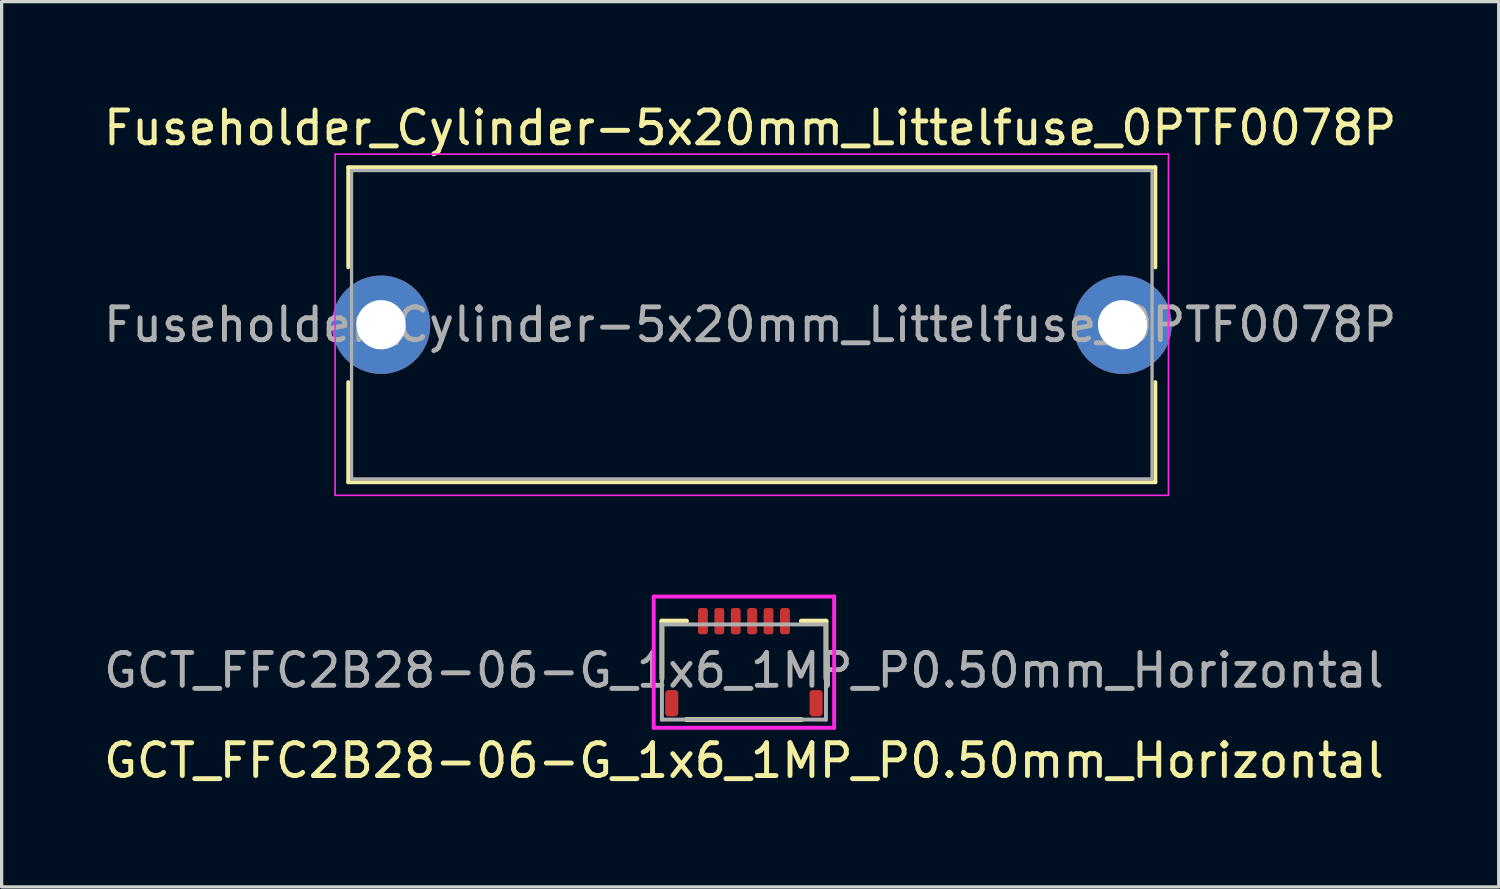
<source format=kicad_pcb>
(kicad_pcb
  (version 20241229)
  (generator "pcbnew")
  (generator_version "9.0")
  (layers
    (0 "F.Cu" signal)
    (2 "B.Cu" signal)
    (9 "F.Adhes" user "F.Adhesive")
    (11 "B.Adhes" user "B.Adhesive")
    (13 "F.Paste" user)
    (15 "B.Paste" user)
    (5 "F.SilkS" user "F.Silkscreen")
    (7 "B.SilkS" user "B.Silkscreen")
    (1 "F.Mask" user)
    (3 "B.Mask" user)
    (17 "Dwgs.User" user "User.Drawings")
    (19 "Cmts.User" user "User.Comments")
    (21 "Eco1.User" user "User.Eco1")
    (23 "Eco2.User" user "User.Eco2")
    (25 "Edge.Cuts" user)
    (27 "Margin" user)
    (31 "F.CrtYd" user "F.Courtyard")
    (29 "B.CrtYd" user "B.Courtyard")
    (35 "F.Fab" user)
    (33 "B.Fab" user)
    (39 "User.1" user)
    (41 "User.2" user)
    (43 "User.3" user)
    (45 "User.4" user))
  (footprint "GCT_FFC2B28-06-G_1x6_1MP_P0.50mm_Horizontal"
    (layer "F.Cu")
    (at 19.625 17.133)
    (property "Reference" "GCT_FFC2B28-06-G_1x6_1MP_P0.50mm_Horizontal" (at 0 3 0) (layer "F.SilkS") (effects (font (size 1 1) (thickness 0.15))))
    (attr through_hole)
    (fp_line (start -2.5 -1.25) (end -2.5 0.5) (stroke (width 0.15) (type solid)) (layer "F.SilkS"))
    (fp_line (start -1.75 -1.25) (end -2.5 -1.25) (stroke (width 0.15) (type solid)) (layer "F.SilkS"))
    (fp_line (start -1.75 1.75) (end 1.75 1.75) (stroke (width 0.15) (type solid)) (layer "F.SilkS"))
    (fp_line (start 1.75 -1.25) (end 2.5 -1.25) (stroke (width 0.15) (type solid)) (layer "F.SilkS"))
    (fp_line (start 2.5 -1.25) (end 2.5 0.5) (stroke (width 0.15) (type solid)) (layer "F.SilkS"))
    (fp_line (start -2.75 -2) (end 2.75 -2) (stroke (width 0.12) (type solid)) (layer "F.CrtYd"))
    (fp_line (start -2.75 2) (end -2.75 -2) (stroke (width 0.12) (type solid)) (layer "F.CrtYd"))
    (fp_line (start 2.75 2) (end -2.75 2) (stroke (width 0.12) (type solid)) (layer "F.CrtYd"))
    (fp_line (start 2.75 2) (end 2.75 -2) (stroke (width 0.12) (type solid)) (layer "F.CrtYd"))
    (fp_line (start -2.5 -1.15) (end -2.5 1.75) (stroke (width 0.12) (type solid)) (layer "F.Fab"))
    (fp_line (start -2.5 1.75) (end 2.5 1.75) (stroke (width 0.12) (type solid)) (layer "F.Fab"))
    (fp_line (start 2.5 -1.15) (end -2.5 -1.15) (stroke (width 0.12) (type solid)) (layer "F.Fab"))
    (fp_line (start 2.5 -1.15) (end 2.5 1.75) (stroke (width 0.12) (type solid)) (layer "F.Fab"))
    (fp_text user "${REFERENCE}" (at 0 0.25 0) (layer "F.Fab") (effects (font (size 1 1) (thickness 0.15))))
    (pad "1" smd roundrect (at -1.25 -1.25) (size 0.3 0.8) (layers "F.Cu" "F.Mask" "F.Paste") (roundrect_rratio 0.25))
    (pad "2" smd roundrect (at -0.75 -1.25) (size 0.3 0.8) (layers "F.Cu" "F.Mask" "F.Paste") (roundrect_rratio 0.25))
    (pad "3" smd roundrect (at -0.25 -1.25) (size 0.3 0.8) (layers "F.Cu" "F.Mask" "F.Paste") (roundrect_rratio 0.25))
    (pad "4" smd roundrect (at 0.25 -1.25) (size 0.3 0.8) (layers "F.Cu" "F.Mask" "F.Paste") (roundrect_rratio 0.25))
    (pad "5" smd roundrect (at 0.75 -1.25) (size 0.3 0.8) (layers "F.Cu" "F.Mask" "F.Paste") (roundrect_rratio 0.25))
    (pad "6" smd roundrect (at 1.25 -1.25) (size 0.3 0.8) (layers "F.Cu" "F.Mask" "F.Paste") (roundrect_rratio 0.25))
    (pad "MP" smd roundrect (at -2.2 1.25) (size 0.4 0.8) (layers "F.Cu" "F.Mask" "F.Paste") (roundrect_rratio 0.25))
    (pad "MP" smd roundrect (at 2.2 1.25) (size 0.4 0.8) (layers "F.Cu" "F.Mask" "F.Paste") (roundrect_rratio 0.25)))
  (footprint "Fuseholder_Cylinder-5x20mm_Littelfuse_0PTF0078P"
    (layer "F.Cu")
    (at 8.565 6.848)
    (property "Reference" "Fuseholder_Cylinder-5x20mm_Littelfuse_0PTF0078P" (at 11.25 -6 0) (layer "F.SilkS") (effects (font (size 1 1) (thickness 0.15))))
    (attr through_hole)
    (fp_line (start -1 -4.8) (end 23.6 -4.8) (stroke (width 0.12) (type solid)) (layer "F.SilkS"))
    (fp_line (start -1 -1.75) (end -1 -4.8) (stroke (width 0.12) (type solid)) (layer "F.SilkS"))
    (fp_line (start -1 4.8) (end -1 1.75) (stroke (width 0.12) (type solid)) (layer "F.SilkS"))
    (fp_line (start -1 4.8) (end 23.6 4.8) (stroke (width 0.12) (type solid)) (layer "F.SilkS"))
    (fp_line (start 23.6 -1.75) (end 23.6 -4.8) (stroke (width 0.12) (type solid)) (layer "F.SilkS"))
    (fp_line (start 23.6 4.8) (end 23.6 1.75) (stroke (width 0.12) (type solid)) (layer "F.SilkS"))
    (fp_line (start -1.4 -5.2) (end -1.4 5.2) (stroke (width 0.05) (type solid)) (layer "F.CrtYd"))
    (fp_line (start -1.4 -5.2) (end 24 -5.2) (stroke (width 0.05) (type solid)) (layer "F.CrtYd"))
    (fp_line (start 24 -5.2) (end 24 5.2) (stroke (width 0.05) (type solid)) (layer "F.CrtYd"))
    (fp_line (start 24 5.2) (end -1.4 5.2) (stroke (width 0.05) (type solid)) (layer "F.CrtYd"))
    (fp_line (start -0.9 -4.7) (end -0.9 4.7) (stroke (width 0.1) (type solid)) (layer "F.Fab"))
    (fp_line (start -0.9 4.7) (end 23.5 4.7) (stroke (width 0.1) (type solid)) (layer "F.Fab"))
    (fp_line (start 23.5 -4.7) (end -0.9 -4.7) (stroke (width 0.1) (type solid)) (layer "F.Fab"))
    (fp_line (start 23.5 4.7) (end 23.5 -4.7) (stroke (width 0.1) (type solid)) (layer "F.Fab"))
    (fp_text user "${REFERENCE}" (at 11.25 0 0) (layer "F.Fab") (effects (font (size 1 1) (thickness 0.15))))
    (pad "1" thru_hole circle (at 0 0) (size 3 3) (drill 1.5) (layers "*.Cu" "*.Mask"))
    (pad "2" thru_hole circle (at 22.6 0) (size 3 3) (drill 1.5) (layers "*.Cu" "*.Mask")))
  (gr_rect
    (start -3 -3)
    (end 42.631 23.982)
    (stroke (width 0.1) (type default))
    (fill no)
    (layer "Edge.Cuts")))
</source>
